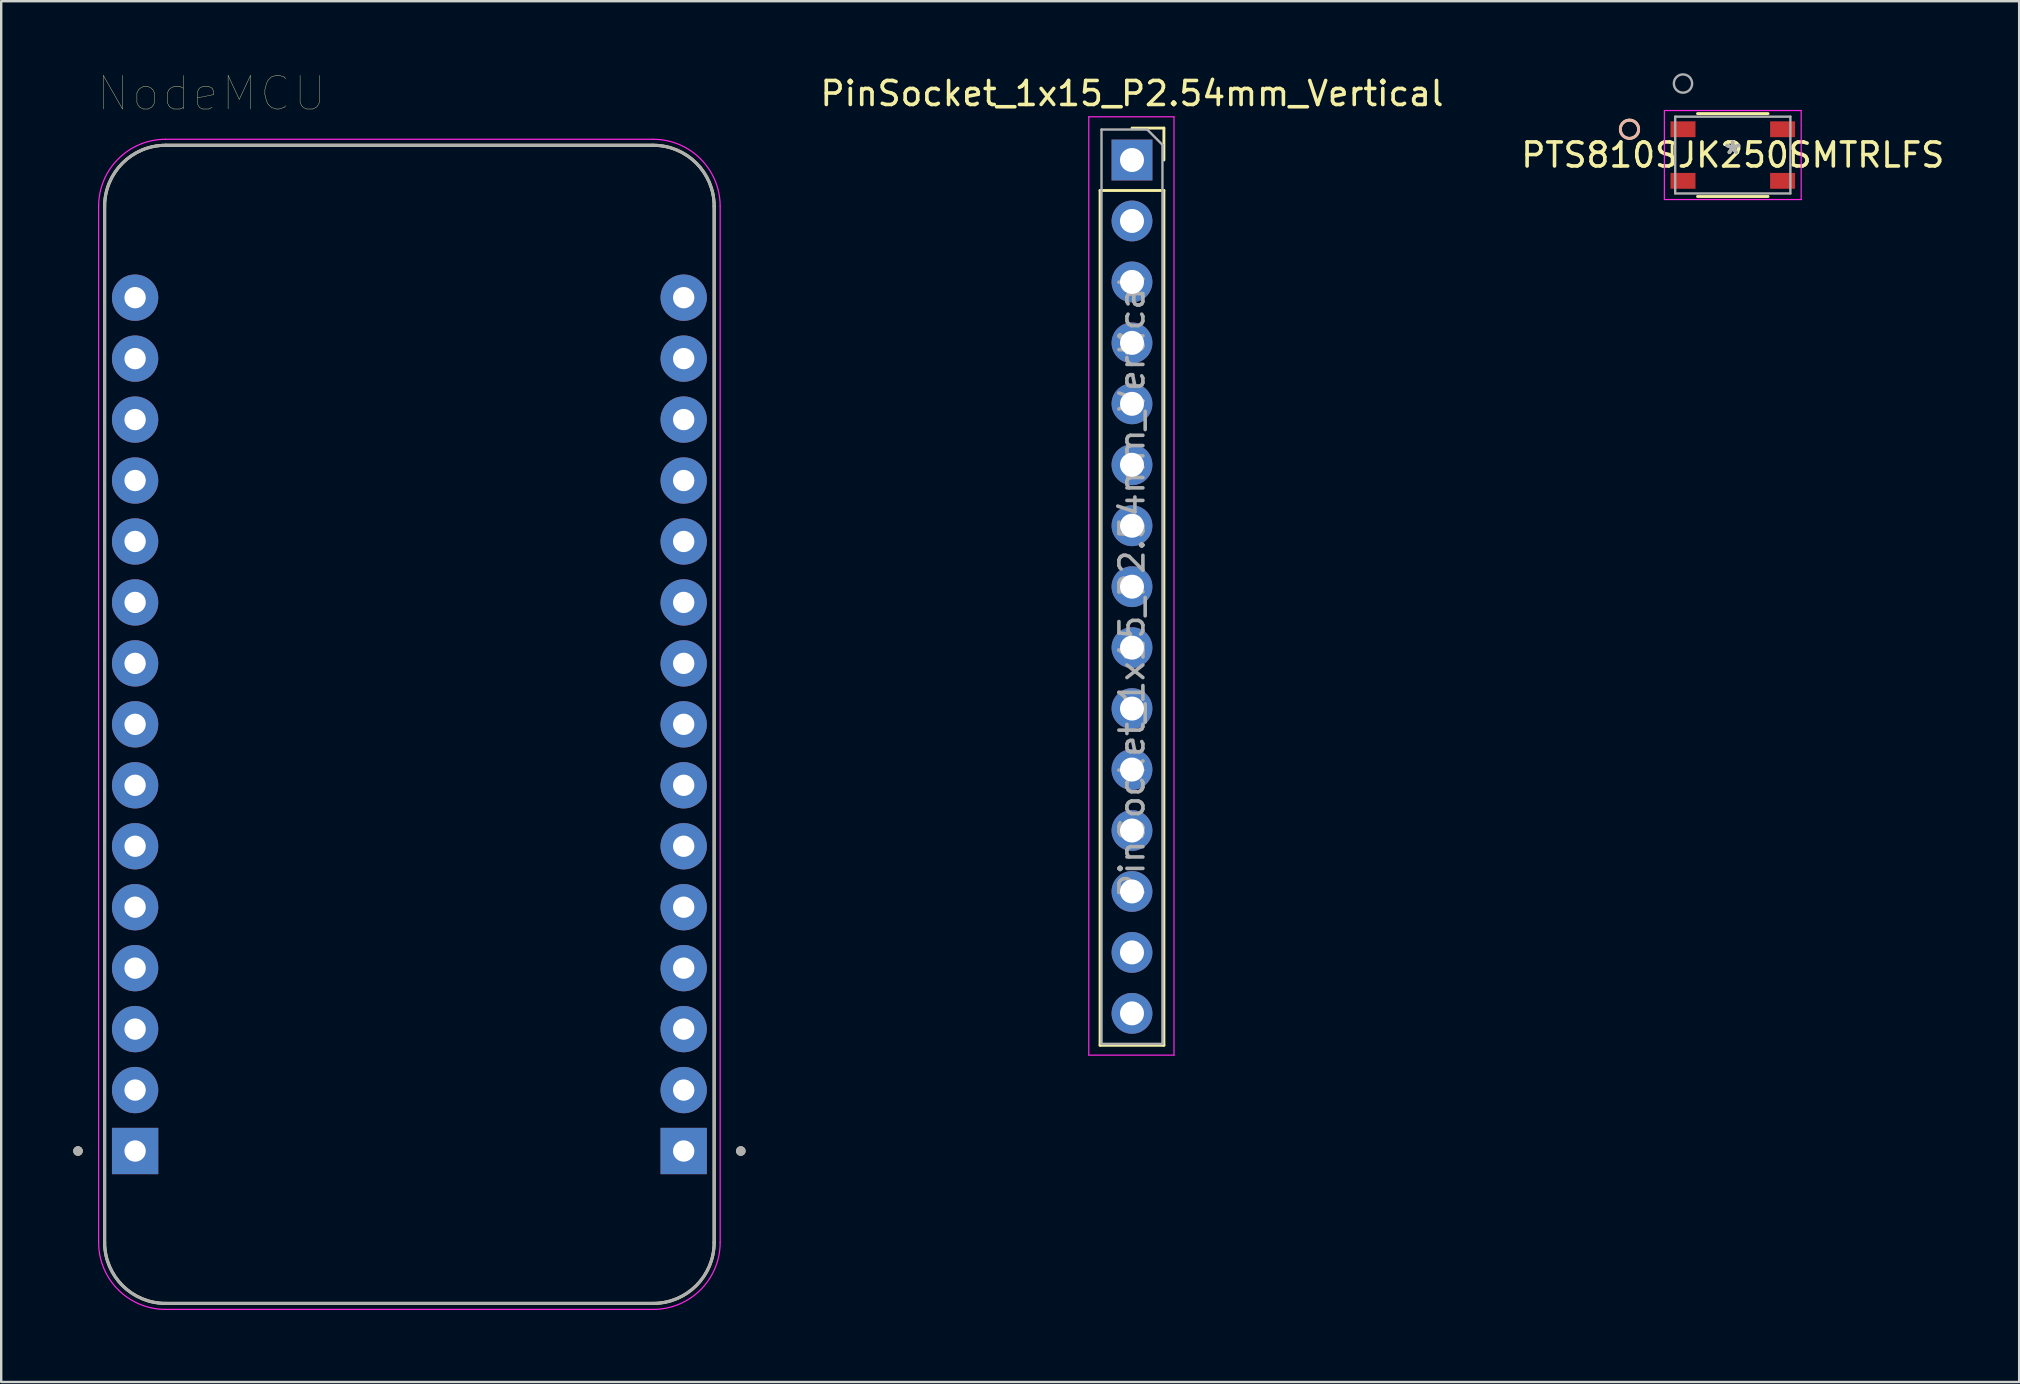
<source format=kicad_pcb>
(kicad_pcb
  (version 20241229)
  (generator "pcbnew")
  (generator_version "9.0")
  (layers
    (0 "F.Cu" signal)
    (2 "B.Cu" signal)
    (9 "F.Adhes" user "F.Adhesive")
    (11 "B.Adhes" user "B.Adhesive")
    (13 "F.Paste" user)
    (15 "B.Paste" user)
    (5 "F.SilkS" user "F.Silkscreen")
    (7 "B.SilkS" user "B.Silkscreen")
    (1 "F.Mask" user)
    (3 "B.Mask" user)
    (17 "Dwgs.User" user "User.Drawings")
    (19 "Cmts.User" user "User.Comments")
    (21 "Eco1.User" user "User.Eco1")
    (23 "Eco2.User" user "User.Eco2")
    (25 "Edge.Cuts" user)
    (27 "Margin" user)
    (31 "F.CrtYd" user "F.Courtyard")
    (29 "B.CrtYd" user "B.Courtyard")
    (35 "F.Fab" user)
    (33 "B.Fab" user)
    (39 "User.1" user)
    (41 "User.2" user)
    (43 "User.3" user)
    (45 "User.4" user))
  (footprint "PinSocket_1x15_P2.54mm_Vertical"
    (layer "F.Cu")
    (at 44.121 3.618)
    (property "Reference" "PinSocket_1x15_P2.54mm_Vertical" (at 0 -2.77 0) (layer "F.SilkS") (effects (font (size 1 1) (thickness 0.15))))
    (attr through_hole)
    (fp_line (start -1.33 1.27) (end -1.33 36.89) (stroke (width 0.12) (type solid)) (layer "F.SilkS"))
    (fp_line (start -1.33 1.27) (end 1.33 1.27) (stroke (width 0.12) (type solid)) (layer "F.SilkS"))
    (fp_line (start -1.33 36.89) (end 1.33 36.89) (stroke (width 0.12) (type solid)) (layer "F.SilkS"))
    (fp_line (start 0 -1.33) (end 1.33 -1.33) (stroke (width 0.12) (type solid)) (layer "F.SilkS"))
    (fp_line (start 1.33 -1.33) (end 1.33 0) (stroke (width 0.12) (type solid)) (layer "F.SilkS"))
    (fp_line (start 1.33 1.27) (end 1.33 36.89) (stroke (width 0.12) (type solid)) (layer "F.SilkS"))
    (fp_line (start -1.8 -1.8) (end 1.75 -1.8) (stroke (width 0.05) (type solid)) (layer "F.CrtYd"))
    (fp_line (start -1.8 37.3) (end -1.8 -1.8) (stroke (width 0.05) (type solid)) (layer "F.CrtYd"))
    (fp_line (start 1.75 -1.8) (end 1.75 37.3) (stroke (width 0.05) (type solid)) (layer "F.CrtYd"))
    (fp_line (start 1.75 37.3) (end -1.8 37.3) (stroke (width 0.05) (type solid)) (layer "F.CrtYd"))
    (fp_line (start -1.27 -1.27) (end 0.635 -1.27) (stroke (width 0.1) (type solid)) (layer "F.Fab"))
    (fp_line (start -1.27 36.83) (end -1.27 -1.27) (stroke (width 0.1) (type solid)) (layer "F.Fab"))
    (fp_line (start 0.635 -1.27) (end 1.27 -0.635) (stroke (width 0.1) (type solid)) (layer "F.Fab"))
    (fp_line (start 1.27 -0.635) (end 1.27 36.83) (stroke (width 0.1) (type solid)) (layer "F.Fab"))
    (fp_line (start 1.27 36.83) (end -1.27 36.83) (stroke (width 0.1) (type solid)) (layer "F.Fab"))
    (fp_text user "${REFERENCE}" (at 0 17.78 90) (layer "F.Fab") (effects (font (size 1 1) (thickness 0.15))))
    (pad "1" thru_hole rect (at 0 0) (size 1.7 1.7) (drill 1) (layers "*.Cu" "*.Mask"))
    (pad "2" thru_hole oval (at 0 2.54) (size 1.7 1.7) (drill 1) (layers "*.Cu" "*.Mask"))
    (pad "3" thru_hole oval (at 0 5.08) (size 1.7 1.7) (drill 1) (layers "*.Cu" "*.Mask"))
    (pad "4" thru_hole oval (at 0 7.62) (size 1.7 1.7) (drill 1) (layers "*.Cu" "*.Mask"))
    (pad "5" thru_hole oval (at 0 10.16) (size 1.7 1.7) (drill 1) (layers "*.Cu" "*.Mask"))
    (pad "6" thru_hole oval (at 0 12.7) (size 1.7 1.7) (drill 1) (layers "*.Cu" "*.Mask"))
    (pad "7" thru_hole oval (at 0 15.24) (size 1.7 1.7) (drill 1) (layers "*.Cu" "*.Mask"))
    (pad "8" thru_hole oval (at 0 17.78) (size 1.7 1.7) (drill 1) (layers "*.Cu" "*.Mask"))
    (pad "9" thru_hole oval (at 0 20.32) (size 1.7 1.7) (drill 1) (layers "*.Cu" "*.Mask"))
    (pad "10" thru_hole oval (at 0 22.86) (size 1.7 1.7) (drill 1) (layers "*.Cu" "*.Mask"))
    (pad "11" thru_hole oval (at 0 25.4) (size 1.7 1.7) (drill 1) (layers "*.Cu" "*.Mask"))
    (pad "12" thru_hole oval (at 0 27.94) (size 1.7 1.7) (drill 1) (layers "*.Cu" "*.Mask"))
    (pad "13" thru_hole oval (at 0 30.48) (size 1.7 1.7) (drill 1) (layers "*.Cu" "*.Mask"))
    (pad "14" thru_hole oval (at 0 33.02) (size 1.7 1.7) (drill 1) (layers "*.Cu" "*.Mask"))
    (pad "15" thru_hole oval (at 0 35.56) (size 1.7 1.7) (drill 1) (layers "*.Cu" "*.Mask")))
  (footprint "PTS810SJK250SMTRLFS"
    (layer "F.Cu")
    (at 69.157 3.411)
    (property "Reference" "PTS810SJK250SMTRLFS" (at 0 0 0) (layer "F.SilkS") (effects (font (size 1 1) (thickness 0.15))))
    (attr through_hole)
    (fp_line (start -2.527 -0.412) (end -2.527 0.412) (stroke (width 0.12) (type solid)) (layer "F.SilkS"))
    (fp_line (start -1.47 1.727) (end 1.47 1.727) (stroke (width 0.12) (type solid)) (layer "F.SilkS"))
    (fp_line (start 1.47 -1.727) (end -1.47 -1.727) (stroke (width 0.12) (type solid)) (layer "F.SilkS"))
    (fp_line (start 2.527 0.412) (end 2.527 -0.412) (stroke (width 0.12) (type solid)) (layer "F.SilkS"))
    (fp_circle (center -4.305 -1.075) (end -3.924 -1.075) (stroke (width 0.12) (type solid)) (fill no) (layer "F.SilkS"))
    (fp_circle (center -4.305 -1.075) (end -3.924 -1.075) (stroke (width 0.12) (type solid)) (fill no) (layer "B.SilkS"))
    (fp_line (start -2.85 -1.854) (end -2.85 1.854) (stroke (width 0.05) (type solid)) (layer "F.CrtYd"))
    (fp_line (start -2.85 1.854) (end 2.85 1.854) (stroke (width 0.05) (type solid)) (layer "F.CrtYd"))
    (fp_line (start 2.85 -1.854) (end -2.85 -1.854) (stroke (width 0.05) (type solid)) (layer "F.CrtYd"))
    (fp_line (start 2.85 1.854) (end 2.85 -1.854) (stroke (width 0.05) (type solid)) (layer "F.CrtYd"))
    (fp_line (start -2.4 -1.6) (end -2.4 1.6) (stroke (width 0.1) (type solid)) (layer "F.Fab"))
    (fp_line (start -2.4 1.6) (end 2.4 1.6) (stroke (width 0.1) (type solid)) (layer "F.Fab"))
    (fp_line (start 2.4 -1.6) (end -2.4 -1.6) (stroke (width 0.1) (type solid)) (layer "F.Fab"))
    (fp_line (start 2.4 1.6) (end 2.4 -1.6) (stroke (width 0.1) (type solid)) (layer "F.Fab"))
    (fp_circle (center -2.075 -2.98) (end -1.694 -2.98) (stroke (width 0.1) (type solid)) (fill no) (layer "F.Fab"))
    (fp_text user "*" (at 0 0 0) (layer "F.SilkS") (effects (font (size 1 1) (thickness 0.15))))
    (fp_text user "Copyright 2021 Accelerated Designs. All rights reserved." (at 0 0 0) (layer "Cmts.User") (effects (font (size 0.127 0.127) (thickness 0.002))))
    (fp_text user "*" (at 0 0 0) (layer "F.Fab") (effects (font (size 1 1) (thickness 0.15))))
    (pad "1" smd rect (at -2.075 -1.075) (size 1.041 0.66) (layers "F.Cu" "F.Mask" "F.Paste"))
    (pad "2" smd rect (at 2.075 -1.075) (size 1.041 0.66) (layers "F.Cu" "F.Mask" "F.Paste"))
    (pad "3" smd rect (at -2.075 1.075) (size 1.041 0.66) (layers "F.Cu" "F.Mask" "F.Paste"))
    (pad "4" smd rect (at 2.075 1.075) (size 1.041 0.66) (layers "F.Cu" "F.Mask" "F.Paste")))
  (footprint "NodeMCU"
    (layer "F.Cu")
    (at 14.01 27.134)
    (property "Reference" "NodeMCU" (at -8.255 -26.289 0) (layer "F.SilkS") (effects (font (size 1.4 1.4) (thickness 0.015))))
    (attr through_hole)
    (fp_line (start -12.7 21.59) (end -12.7 -21.59) (stroke (width 0.127) (type solid)) (layer "F.SilkS"))
    (fp_line (start -10.16 -24.13) (end 10.16 -24.13) (stroke (width 0.127) (type solid)) (layer "F.SilkS"))
    (fp_line (start 10.16 24.13) (end -10.16 24.13) (stroke (width 0.127) (type solid)) (layer "F.SilkS"))
    (fp_line (start 12.7 -21.59) (end 12.7 21.59) (stroke (width 0.127) (type solid)) (layer "F.SilkS"))
    (fp_arc (start -12.7 -21.59) (mid -11.956051 -23.386051) (end -10.16 -24.13) (stroke (width 0.127) (type solid)) (layer "F.SilkS"))
    (fp_arc (start -10.16 24.13) (mid -11.956051 23.386051) (end -12.7 21.59) (stroke (width 0.127) (type solid)) (layer "F.SilkS"))
    (fp_arc (start 10.16 -24.13) (mid 11.956051 -23.386051) (end 12.7 -21.59) (stroke (width 0.127) (type solid)) (layer "F.SilkS"))
    (fp_arc (start 12.7 21.59) (mid 11.956051 23.386051) (end 10.16 24.13) (stroke (width 0.127) (type solid)) (layer "F.SilkS"))
    (fp_circle (center -13.81 17.78) (end -13.91 17.78) (stroke (width 0.2) (type solid)) (fill no) (layer "F.SilkS"))
    (fp_circle (center 13.81 17.78) (end 13.71 17.78) (stroke (width 0.2) (type solid)) (fill no) (layer "F.SilkS"))
    (fp_line (start -12.95 21.59) (end -12.95 -21.59) (stroke (width 0.05) (type solid)) (layer "F.CrtYd"))
    (fp_line (start -10.16 -24.38) (end 10.16 -24.38) (stroke (width 0.05) (type solid)) (layer "F.CrtYd"))
    (fp_line (start 10.16 24.38) (end -10.16 24.38) (stroke (width 0.05) (type solid)) (layer "F.CrtYd"))
    (fp_line (start 12.95 -21.59) (end 12.95 21.59) (stroke (width 0.05) (type solid)) (layer "F.CrtYd"))
    (fp_arc (start -12.95 -21.59) (mid -12.132828 -23.562828) (end -10.16 -24.38) (stroke (width 0.05) (type solid)) (layer "F.CrtYd"))
    (fp_arc (start -10.16 24.38) (mid -12.132828 23.562828) (end -12.95 21.59) (stroke (width 0.05) (type solid)) (layer "F.CrtYd"))
    (fp_arc (start 10.16 -24.38) (mid 12.132828 -23.562828) (end 12.95 -21.59) (stroke (width 0.05) (type solid)) (layer "F.CrtYd"))
    (fp_arc (start 12.95 21.59) (mid 12.132828 23.562828) (end 10.16 24.38) (stroke (width 0.05) (type solid)) (layer "F.CrtYd"))
    (fp_line (start -12.7 21.59) (end -12.7 -21.59) (stroke (width 0.127) (type solid)) (layer "F.Fab"))
    (fp_line (start -10.16 -24.13) (end 10.16 -24.13) (stroke (width 0.127) (type solid)) (layer "F.Fab"))
    (fp_line (start 10.16 24.13) (end -10.16 24.13) (stroke (width 0.127) (type solid)) (layer "F.Fab"))
    (fp_line (start 12.7 -21.59) (end 12.7 21.59) (stroke (width 0.127) (type solid)) (layer "F.Fab"))
    (fp_arc (start -12.7 -21.59) (mid -11.956051 -23.386051) (end -10.16 -24.13) (stroke (width 0.127) (type solid)) (layer "F.Fab"))
    (fp_arc (start -10.16 24.13) (mid -11.956051 23.386051) (end -12.7 21.59) (stroke (width 0.127) (type solid)) (layer "F.Fab"))
    (fp_arc (start 10.16 -24.13) (mid 11.956051 -23.386051) (end 12.7 -21.59) (stroke (width 0.127) (type solid)) (layer "F.Fab"))
    (fp_arc (start 12.7 21.59) (mid 11.956051 23.386051) (end 10.16 24.13) (stroke (width 0.127) (type solid)) (layer "F.Fab"))
    (fp_circle (center -13.81 17.78) (end -13.91 17.78) (stroke (width 0.2) (type solid)) (fill no) (layer "F.Fab"))
    (fp_circle (center 13.81 17.78) (end 13.71 17.78) (stroke (width 0.2) (type solid)) (fill no) (layer "F.Fab"))
    (pad "3V3" thru_hole circle (at -11.43 7.62 180) (size 1.93 1.93) (drill 0.889) (layers "*.Cu" "*.Mask"))
    (pad "3V3" thru_hole circle (at 11.43 -5.08 180) (size 1.93 1.93) (drill 0.889) (layers "*.Cu" "*.Mask"))
    (pad "3V3" thru_hole rect (at 11.43 17.78 180) (size 1.93 1.93) (drill 0.889) (layers "*.Cu" "*.Mask"))
    (pad "A0" thru_hole circle (at -11.43 -17.78 180) (size 1.93 1.93) (drill 0.889) (layers "*.Cu" "*.Mask"))
    (pad "CLK" thru_hole circle (at -11.43 2.54 180) (size 1.93 1.93) (drill 0.889) (layers "*.Cu" "*.Mask"))
    (pad "CMD" thru_hole circle (at -11.43 -2.54 180) (size 1.93 1.93) (drill 0.889) (layers "*.Cu" "*.Mask"))
    (pad "D0" thru_hole circle (at 11.43 -17.78 180) (size 1.93 1.93) (drill 0.889) (layers "*.Cu" "*.Mask"))
    (pad "D1" thru_hole circle (at 11.43 -15.24 180) (size 1.93 1.93) (drill 0.889) (layers "*.Cu" "*.Mask"))
    (pad "D2" thru_hole circle (at 11.43 -12.7 180) (size 1.93 1.93) (drill 0.889) (layers "*.Cu" "*.Mask"))
    (pad "D3" thru_hole circle (at 11.43 -10.16 180) (size 1.93 1.93) (drill 0.889) (layers "*.Cu" "*.Mask"))
    (pad "D4" thru_hole circle (at 11.43 -7.62 180) (size 1.93 1.93) (drill 0.889) (layers "*.Cu" "*.Mask"))
    (pad "D5" thru_hole circle (at 11.43 0 180) (size 1.93 1.93) (drill 0.889) (layers "*.Cu" "*.Mask"))
    (pad "D6" thru_hole circle (at 11.43 2.54 180) (size 1.93 1.93) (drill 0.889) (layers "*.Cu" "*.Mask"))
    (pad "D7" thru_hole circle (at 11.43 5.08 180) (size 1.93 1.93) (drill 0.889) (layers "*.Cu" "*.Mask"))
    (pad "D8" thru_hole circle (at 11.43 7.62 180) (size 1.93 1.93) (drill 0.889) (layers "*.Cu" "*.Mask"))
    (pad "D9" thru_hole circle (at 11.43 10.16 180) (size 1.93 1.93) (drill 0.889) (layers "*.Cu" "*.Mask"))
    (pad "D10" thru_hole circle (at 11.43 12.7 180) (size 1.93 1.93) (drill 0.889) (layers "*.Cu" "*.Mask"))
    (pad "EN" thru_hole circle (at -11.43 10.16 180) (size 1.93 1.93) (drill 0.889) (layers "*.Cu" "*.Mask"))
    (pad "GND" thru_hole circle (at -11.43 5.08 180) (size 1.93 1.93) (drill 0.889) (layers "*.Cu" "*.Mask"))
    (pad "GND" thru_hole circle (at -11.43 15.24 180) (size 1.93 1.93) (drill 0.889) (layers "*.Cu" "*.Mask"))
    (pad "GND" thru_hole circle (at 11.43 -2.54 180) (size 1.93 1.93) (drill 0.889) (layers "*.Cu" "*.Mask"))
    (pad "GND" thru_hole circle (at 11.43 15.24 180) (size 1.93 1.93) (drill 0.889) (layers "*.Cu" "*.Mask"))
    (pad "RST" thru_hole circle (at -11.43 12.7 180) (size 1.93 1.93) (drill 0.889) (layers "*.Cu" "*.Mask"))
    (pad "RSV" thru_hole circle (at -11.43 -15.24 180) (size 1.93 1.93) (drill 0.889) (layers "*.Cu" "*.Mask"))
    (pad "RSV" thru_hole circle (at -11.43 -12.7 180) (size 1.93 1.93) (drill 0.889) (layers "*.Cu" "*.Mask"))
    (pad "SD0" thru_hole circle (at -11.43 0 180) (size 1.93 1.93) (drill 0.889) (layers "*.Cu" "*.Mask"))
    (pad "SD1" thru_hole circle (at -11.43 -5.08 180) (size 1.93 1.93) (drill 0.889) (layers "*.Cu" "*.Mask"))
    (pad "SD2" thru_hole circle (at -11.43 -7.62 180) (size 1.93 1.93) (drill 0.889) (layers "*.Cu" "*.Mask"))
    (pad "SD3" thru_hole circle (at -11.43 -10.16 180) (size 1.93 1.93) (drill 0.889) (layers "*.Cu" "*.Mask"))
    (pad "Vin" thru_hole rect (at -11.43 17.78 180) (size 1.93 1.93) (drill 0.889) (layers "*.Cu" "*.Mask")))
  (gr_rect
    (start -3 -3)
    (end 81.091 54.539)
    (stroke (width 0.1) (type default))
    (fill no)
    (layer "Edge.Cuts")))
</source>
